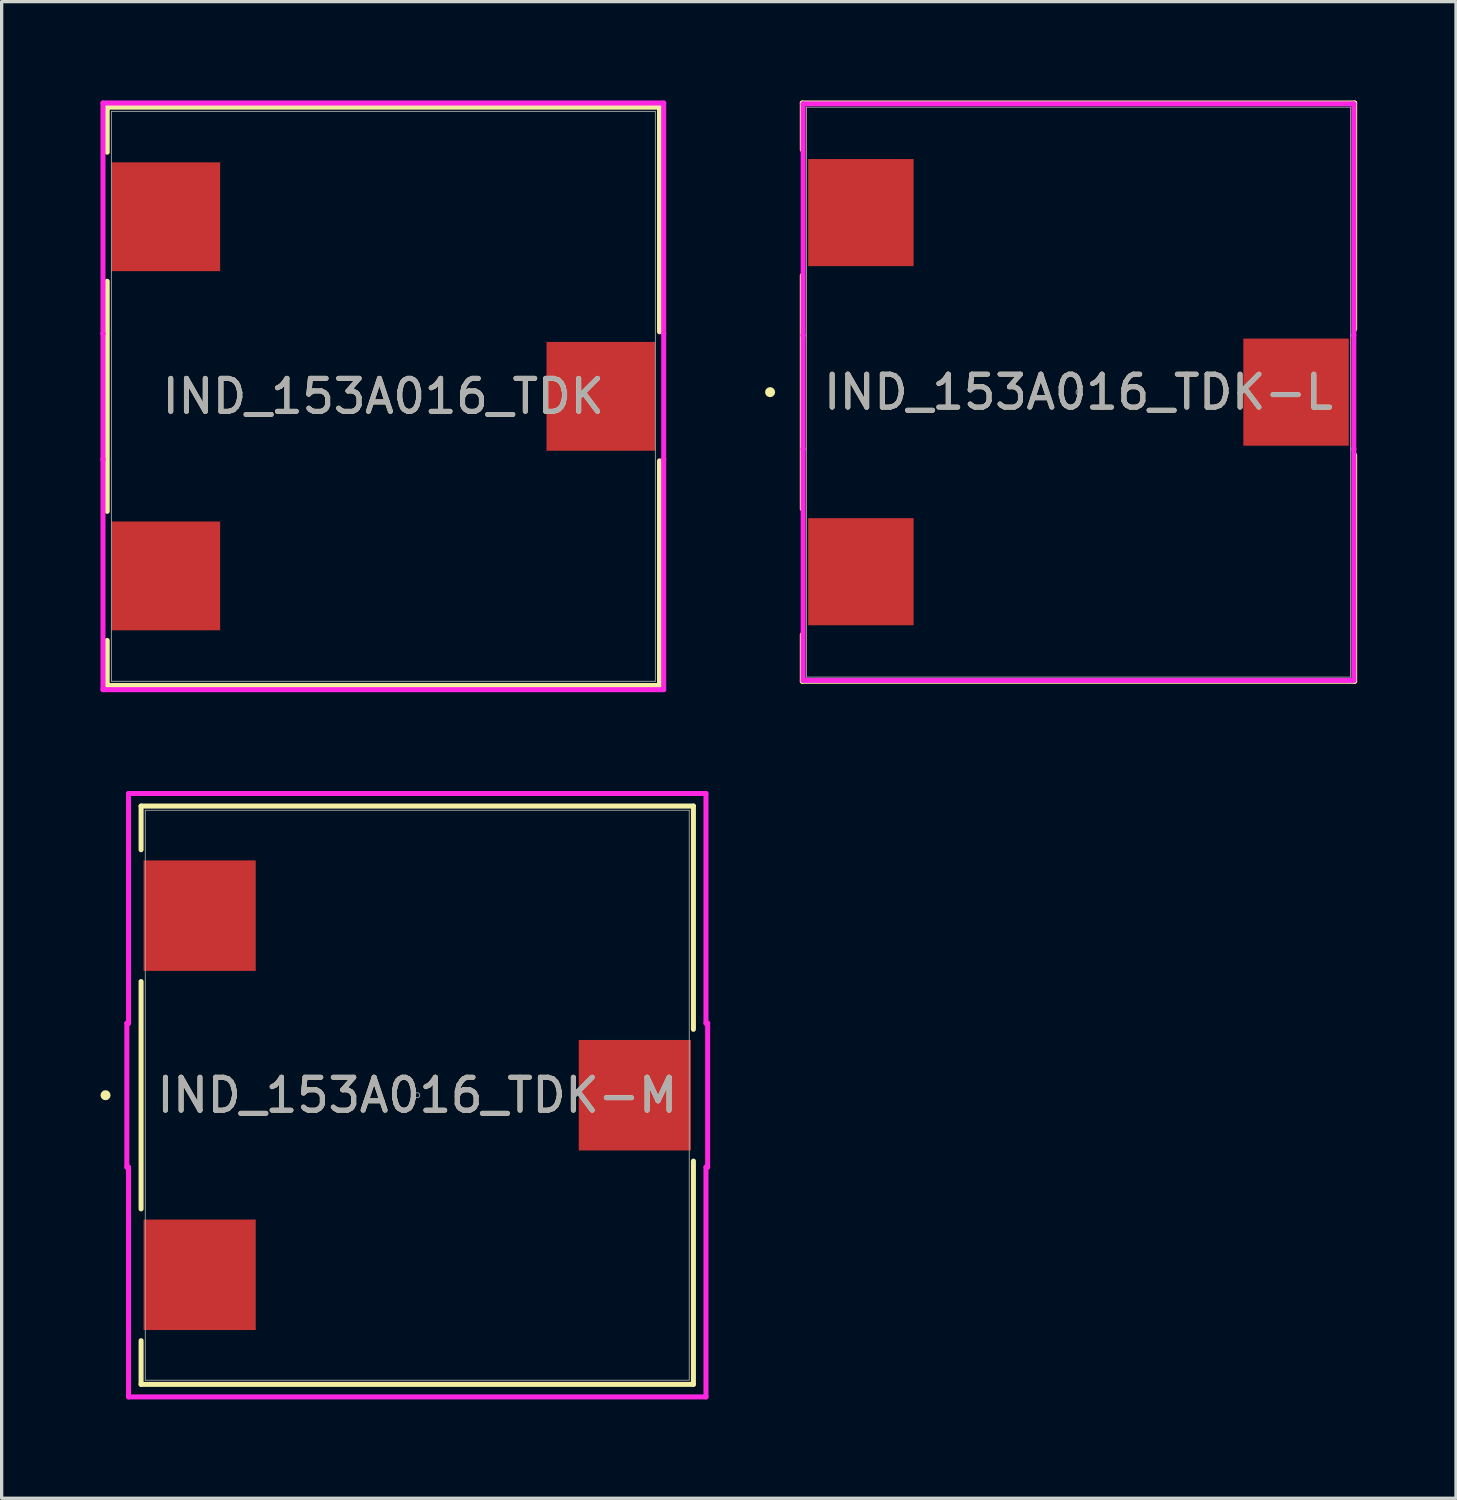
<source format=kicad_pcb>
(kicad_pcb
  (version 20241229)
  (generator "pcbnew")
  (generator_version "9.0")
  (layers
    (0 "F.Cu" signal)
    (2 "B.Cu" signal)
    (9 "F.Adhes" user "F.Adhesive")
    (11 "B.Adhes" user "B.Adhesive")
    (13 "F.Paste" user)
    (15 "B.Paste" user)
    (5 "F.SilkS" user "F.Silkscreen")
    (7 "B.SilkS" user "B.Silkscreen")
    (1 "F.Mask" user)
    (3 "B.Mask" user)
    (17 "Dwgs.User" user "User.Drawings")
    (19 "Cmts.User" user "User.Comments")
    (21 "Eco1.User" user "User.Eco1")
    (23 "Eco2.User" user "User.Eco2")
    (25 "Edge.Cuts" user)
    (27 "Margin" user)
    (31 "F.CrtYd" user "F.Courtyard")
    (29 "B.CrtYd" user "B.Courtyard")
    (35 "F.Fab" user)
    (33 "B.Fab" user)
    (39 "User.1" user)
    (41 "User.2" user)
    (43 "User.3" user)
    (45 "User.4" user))
  (footprint "IND_153A016_TDK-L"
    (layer "F.Cu")
    (at 29.683 8.852)
    (property "Reference" "IND_153A016_TDK-L" (at 0 0 0) (unlocked yes) (layer "F.SilkS") (effects (font (size 1 1) (thickness 0.15))))
    (attr smd)
    (fp_line (start -8.382 -8.776) (end -8.382 -7.357) (stroke (width 0.152) (type solid)) (layer "F.SilkS"))
    (fp_line (start -8.382 -3.543) (end -8.382 3.543) (stroke (width 0.152) (type solid)) (layer "F.SilkS"))
    (fp_line (start -8.382 7.357) (end -8.382 8.776) (stroke (width 0.152) (type solid)) (layer "F.SilkS"))
    (fp_line (start -8.382 8.776) (end 8.382 8.776) (stroke (width 0.152) (type solid)) (layer "F.SilkS"))
    (fp_line (start 8.382 -8.776) (end -8.382 -8.776) (stroke (width 0.152) (type solid)) (layer "F.SilkS"))
    (fp_line (start 8.382 -1.907) (end 8.382 -8.776) (stroke (width 0.152) (type solid)) (layer "F.SilkS"))
    (fp_line (start 8.382 8.776) (end 8.382 1.907) (stroke (width 0.152) (type solid)) (layer "F.SilkS"))
    (fp_circle (center -9.36 0) (end -9.284 0) (stroke (width 0.152) (type solid)) (fill no) (layer "F.SilkS"))
    (fp_line (start -8.357 -8.75) (end 8.357 -8.75) (stroke (width 0.152) (type solid)) (layer "F.CrtYd"))
    (fp_line (start -8.357 -1.727) (end -8.357 -8.75) (stroke (width 0.152) (type solid)) (layer "F.CrtYd"))
    (fp_line (start -8.357 -1.727) (end -8.357 -1.727) (stroke (width 0.152) (type solid)) (layer "F.CrtYd"))
    (fp_line (start -8.357 1.727) (end -8.357 -1.727) (stroke (width 0.152) (type solid)) (layer "F.CrtYd"))
    (fp_line (start -8.357 1.727) (end -8.357 1.727) (stroke (width 0.152) (type solid)) (layer "F.CrtYd"))
    (fp_line (start -8.357 8.75) (end -8.357 1.727) (stroke (width 0.152) (type solid)) (layer "F.CrtYd"))
    (fp_line (start 8.357 -8.75) (end 8.357 -1.727) (stroke (width 0.152) (type solid)) (layer "F.CrtYd"))
    (fp_line (start 8.357 -1.727) (end 8.357 -1.727) (stroke (width 0.152) (type solid)) (layer "F.CrtYd"))
    (fp_line (start 8.357 -1.727) (end 8.357 1.727) (stroke (width 0.152) (type solid)) (layer "F.CrtYd"))
    (fp_line (start 8.357 1.727) (end 8.357 1.727) (stroke (width 0.152) (type solid)) (layer "F.CrtYd"))
    (fp_line (start 8.357 1.727) (end 8.357 8.75) (stroke (width 0.152) (type solid)) (layer "F.CrtYd"))
    (fp_line (start 8.357 8.75) (end -8.357 8.75) (stroke (width 0.152) (type solid)) (layer "F.CrtYd"))
    (fp_line (start -8.255 -8.649) (end -8.255 8.649) (stroke (width 0.025) (type solid)) (layer "F.Fab"))
    (fp_line (start -8.255 8.649) (end 8.255 8.649) (stroke (width 0.025) (type solid)) (layer "F.Fab"))
    (fp_line (start 8.255 -8.649) (end -8.255 -8.649) (stroke (width 0.025) (type solid)) (layer "F.Fab"))
    (fp_line (start 8.255 8.649) (end 8.255 -8.649) (stroke (width 0.025) (type solid)) (layer "F.Fab"))
    (fp_circle (center 0 0) (end 0.076 0) (stroke (width 0.025) (type solid)) (fill no) (layer "F.Fab"))
    (fp_text user "${REFERENCE}" (at 0 0 0) (unlocked yes) (layer "F.Fab") (effects (font (size 1 1) (thickness 0.15))))
    (pad "1" smd rect (at -6.604 -5.45) (size 3.2 3.251) (layers "F.Cu" "F.Mask" "F.Paste"))
    (pad "2" smd rect (at -6.604 5.45) (size 3.2 3.251) (layers "F.Cu" "F.Mask" "F.Paste"))
    (pad "3" smd rect (at 6.604 0) (size 3.2 3.251) (layers "F.Cu" "F.Mask" "F.Paste")))
  (footprint "IND_153A016_TDK"
    (layer "F.Cu")
    (at 8.585 8.979)
    (property "Reference" "IND_153A016_TDK" (at 0 0 0) (unlocked yes) (layer "F.SilkS") (effects (font (size 1 1) (thickness 0.15))))
    (attr smd)
    (fp_line (start -8.382 -8.776) (end -8.382 -7.409) (stroke (width 0.152) (type solid)) (layer "F.SilkS"))
    (fp_line (start -8.382 -3.491) (end -8.382 3.491) (stroke (width 0.152) (type solid)) (layer "F.SilkS"))
    (fp_line (start -8.382 7.409) (end -8.382 8.776) (stroke (width 0.152) (type solid)) (layer "F.SilkS"))
    (fp_line (start -8.382 8.776) (end 8.382 8.776) (stroke (width 0.152) (type solid)) (layer "F.SilkS"))
    (fp_line (start 8.382 -8.776) (end -8.382 -8.776) (stroke (width 0.152) (type solid)) (layer "F.SilkS"))
    (fp_line (start 8.382 -1.959) (end 8.382 -8.776) (stroke (width 0.152) (type solid)) (layer "F.SilkS"))
    (fp_line (start 8.382 8.776) (end 8.382 1.959) (stroke (width 0.152) (type solid)) (layer "F.SilkS"))
    (fp_line (start -8.509 -8.903) (end 8.509 -8.903) (stroke (width 0.152) (type solid)) (layer "F.CrtYd"))
    (fp_line (start -8.509 -1.905) (end -8.509 -8.903) (stroke (width 0.152) (type solid)) (layer "F.CrtYd"))
    (fp_line (start -8.509 -1.905) (end -8.509 -1.905) (stroke (width 0.152) (type solid)) (layer "F.CrtYd"))
    (fp_line (start -8.509 1.905) (end -8.509 -1.905) (stroke (width 0.152) (type solid)) (layer "F.CrtYd"))
    (fp_line (start -8.509 1.905) (end -8.509 1.905) (stroke (width 0.152) (type solid)) (layer "F.CrtYd"))
    (fp_line (start -8.509 8.903) (end -8.509 1.905) (stroke (width 0.152) (type solid)) (layer "F.CrtYd"))
    (fp_line (start 8.509 -8.903) (end 8.509 -1.905) (stroke (width 0.152) (type solid)) (layer "F.CrtYd"))
    (fp_line (start 8.509 -1.905) (end 8.509 -1.905) (stroke (width 0.152) (type solid)) (layer "F.CrtYd"))
    (fp_line (start 8.509 -1.905) (end 8.509 1.905) (stroke (width 0.152) (type solid)) (layer "F.CrtYd"))
    (fp_line (start 8.509 1.905) (end 8.509 1.905) (stroke (width 0.152) (type solid)) (layer "F.CrtYd"))
    (fp_line (start 8.509 1.905) (end 8.509 8.903) (stroke (width 0.152) (type solid)) (layer "F.CrtYd"))
    (fp_line (start 8.509 8.903) (end -8.509 8.903) (stroke (width 0.152) (type solid)) (layer "F.CrtYd"))
    (fp_line (start -8.255 -8.649) (end -8.255 8.649) (stroke (width 0.025) (type solid)) (layer "F.Fab"))
    (fp_line (start -8.255 8.649) (end 8.255 8.649) (stroke (width 0.025) (type solid)) (layer "F.Fab"))
    (fp_line (start 8.255 -8.649) (end -8.255 -8.649) (stroke (width 0.025) (type solid)) (layer "F.Fab"))
    (fp_line (start 8.255 8.649) (end 8.255 -8.649) (stroke (width 0.025) (type solid)) (layer "F.Fab"))
    (fp_circle (center 0 0) (end 0 0) (stroke (width 0.025) (type solid)) (fill no) (layer "F.Fab"))
    (fp_text user "${REFERENCE}" (at 0 0 0) (unlocked yes) (layer "F.Fab") (effects (font (size 1 1) (thickness 0.15))))
    (pad "1" smd rect (at -6.604 -5.45) (size 3.302 3.302) (layers "F.Cu" "F.Mask" "F.Paste"))
    (pad "2" smd rect (at -6.604 5.45) (size 3.302 3.302) (layers "F.Cu" "F.Mask" "F.Paste"))
    (pad "3" smd rect (at 6.604 0) (size 3.302 3.302) (layers "F.Cu" "F.Mask" "F.Paste")))
  (footprint "IND_153A016_TDK-M"
    (layer "F.Cu")
    (at 9.614 30.191)
    (property "Reference" "IND_153A016_TDK-M" (at 0 0 0) (unlocked yes) (layer "F.SilkS") (effects (font (size 1 1) (thickness 0.15))))
    (attr smd)
    (fp_line (start -8.382 -8.776) (end -8.382 -7.45) (stroke (width 0.152) (type solid)) (layer "F.SilkS"))
    (fp_line (start -8.382 -3.45) (end -8.382 3.45) (stroke (width 0.152) (type solid)) (layer "F.SilkS"))
    (fp_line (start -8.382 7.45) (end -8.382 8.776) (stroke (width 0.152) (type solid)) (layer "F.SilkS"))
    (fp_line (start -8.382 8.776) (end 8.382 8.776) (stroke (width 0.152) (type solid)) (layer "F.SilkS"))
    (fp_line (start 8.382 -8.776) (end -8.382 -8.776) (stroke (width 0.152) (type solid)) (layer "F.SilkS"))
    (fp_line (start 8.382 -2) (end 8.382 -8.776) (stroke (width 0.152) (type solid)) (layer "F.SilkS"))
    (fp_line (start 8.382 8.776) (end 8.382 2) (stroke (width 0.152) (type solid)) (layer "F.SilkS"))
    (fp_circle (center -9.461 0) (end -9.385 0) (stroke (width 0.152) (type solid)) (fill no) (layer "F.SilkS"))
    (fp_line (start -8.814 -2.184) (end -8.763 -2.184) (stroke (width 0.152) (type solid)) (layer "F.CrtYd"))
    (fp_line (start -8.814 2.184) (end -8.814 -2.184) (stroke (width 0.152) (type solid)) (layer "F.CrtYd"))
    (fp_line (start -8.814 2.184) (end -8.763 2.184) (stroke (width 0.152) (type solid)) (layer "F.CrtYd"))
    (fp_line (start -8.763 -9.157) (end 8.763 -9.157) (stroke (width 0.152) (type solid)) (layer "F.CrtYd"))
    (fp_line (start -8.763 -2.184) (end -8.763 -9.157) (stroke (width 0.152) (type solid)) (layer "F.CrtYd"))
    (fp_line (start -8.763 9.157) (end -8.763 2.184) (stroke (width 0.152) (type solid)) (layer "F.CrtYd"))
    (fp_line (start 8.763 -9.157) (end 8.763 -2.184) (stroke (width 0.152) (type solid)) (layer "F.CrtYd"))
    (fp_line (start 8.763 2.184) (end 8.763 9.157) (stroke (width 0.152) (type solid)) (layer "F.CrtYd"))
    (fp_line (start 8.763 9.157) (end -8.763 9.157) (stroke (width 0.152) (type solid)) (layer "F.CrtYd"))
    (fp_line (start 8.814 -2.184) (end 8.763 -2.184) (stroke (width 0.152) (type solid)) (layer "F.CrtYd"))
    (fp_line (start 8.814 -2.184) (end 8.814 2.184) (stroke (width 0.152) (type solid)) (layer "F.CrtYd"))
    (fp_line (start 8.814 2.184) (end 8.763 2.184) (stroke (width 0.152) (type solid)) (layer "F.CrtYd"))
    (fp_line (start -8.255 -8.649) (end -8.255 8.649) (stroke (width 0.025) (type solid)) (layer "F.Fab"))
    (fp_line (start -8.255 8.649) (end 8.255 8.649) (stroke (width 0.025) (type solid)) (layer "F.Fab"))
    (fp_line (start 8.255 -8.649) (end -8.255 -8.649) (stroke (width 0.025) (type solid)) (layer "F.Fab"))
    (fp_line (start 8.255 8.649) (end 8.255 -8.649) (stroke (width 0.025) (type solid)) (layer "F.Fab"))
    (fp_circle (center 0 0) (end 0.076 0) (stroke (width 0.025) (type solid)) (fill no) (layer "F.Fab"))
    (fp_text user "${REFERENCE}" (at 0 0 0) (unlocked yes) (layer "F.Fab") (effects (font (size 1 1) (thickness 0.15))))
    (pad "1" smd rect (at -6.604 -5.45) (size 3.404 3.353) (layers "F.Cu" "F.Mask" "F.Paste"))
    (pad "2" smd rect (at -6.604 5.45) (size 3.404 3.353) (layers "F.Cu" "F.Mask" "F.Paste"))
    (pad "3" smd rect (at 6.604 0) (size 3.404 3.353) (layers "F.Cu" "F.Mask" "F.Paste")))
  (gr_rect
    (start -3 -3)
    (end 41.141 42.424)
    (stroke (width 0.1) (type default))
    (fill no)
    (layer "Edge.Cuts")))
</source>
